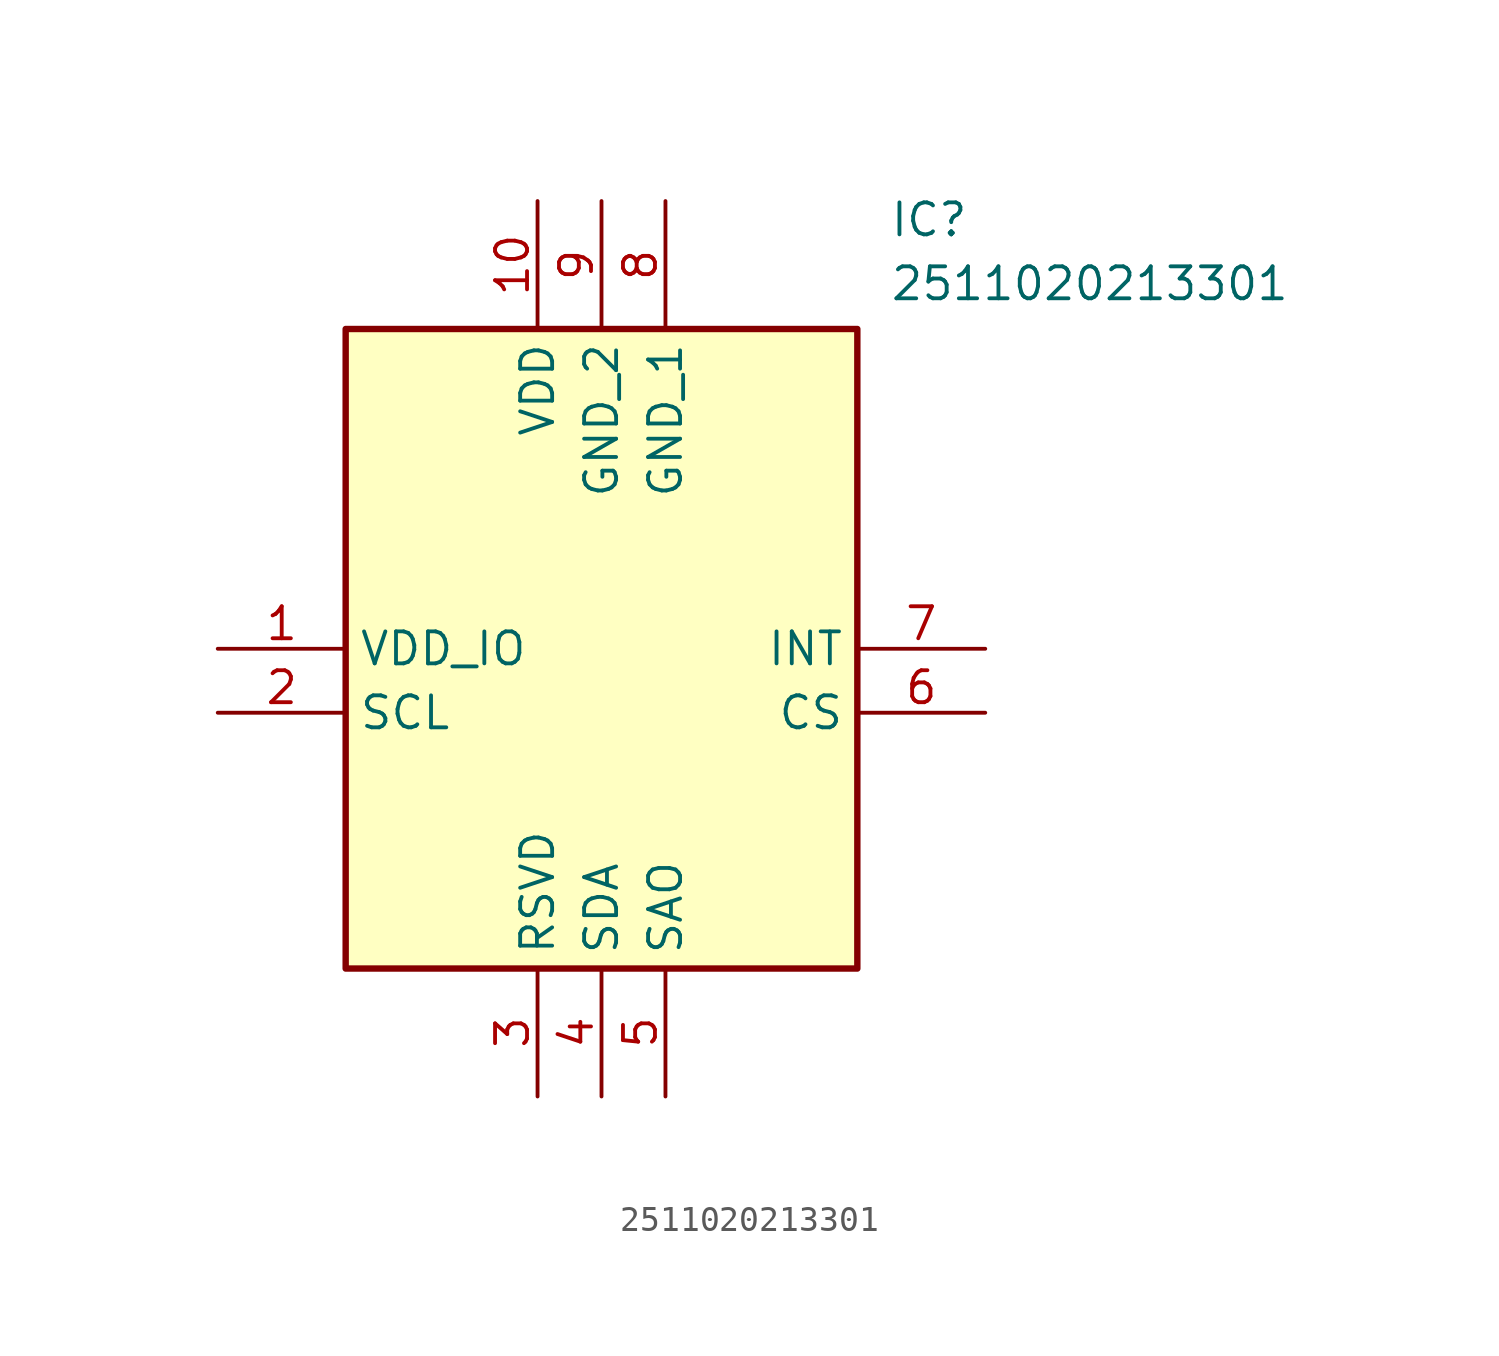
<source format=kicad_sym>
(kicad_symbol_lib
  (version 20211014)
  (generator SamacSys_ECAD_Model)
  (symbol "2511020213301"
    (property "Reference" "IC"
      (at 26.67 17.78 0)
      (effects (font (size 1.27 1.27)) (justify left top)))
    (property "Value" "2511020213301"
      (at 26.67 15.24 0)
      (effects (font (size 1.27 1.27)) (justify left top)))
    (rectangle
      (start 5.08 12.7)
      (end 25.4 -12.7)
      (stroke (width 0.254) (type default))
      (fill (type background)))
    (pin passive line
      (at 0 0 0)
      (length 5.08)
      (name "VDD_IO" (effects (font (size 1.27 1.27))))
      (number "1" (effects (font (size 1.27 1.27)))))
    (pin passive line
      (at 0 -2.54 0)
      (length 5.08)
      (name "SCL" (effects (font (size 1.27 1.27))))
      (number "2" (effects (font (size 1.27 1.27)))))
    (pin passive line
      (at 12.7 -17.78 90)
      (length 5.08)
      (name "RSVD" (effects (font (size 1.27 1.27))))
      (number "3" (effects (font (size 1.27 1.27)))))
    (pin passive line
      (at 15.24 -17.78 90)
      (length 5.08)
      (name "SDA" (effects (font (size 1.27 1.27))))
      (number "4" (effects (font (size 1.27 1.27)))))
    (pin passive line
      (at 17.78 -17.78 90)
      (length 5.08)
      (name "SAO" (effects (font (size 1.27 1.27))))
      (number "5" (effects (font (size 1.27 1.27)))))
    (pin passive line
      (at 30.48 -2.54 180)
      (length 5.08)
      (name "CS" (effects (font (size 1.27 1.27))))
      (number "6" (effects (font (size 1.27 1.27)))))
    (pin passive line
      (at 30.48 0 180)
      (length 5.08)
      (name "INT" (effects (font (size 1.27 1.27))))
      (number "7" (effects (font (size 1.27 1.27)))))
    (pin passive line
      (at 17.78 17.78 270)
      (length 5.08)
      (name "GND_1" (effects (font (size 1.27 1.27))))
      (number "8" (effects (font (size 1.27 1.27)))))
    (pin passive line
      (at 15.24 17.78 270)
      (length 5.08)
      (name "GND_2" (effects (font (size 1.27 1.27))))
      (number "9" (effects (font (size 1.27 1.27)))))
    (pin passive line
      (at 12.7 17.78 270)
      (length 5.08)
      (name "VDD" (effects (font (size 1.27 1.27))))
      (number "10" (effects (font (size 1.27 1.27)))))))
</source>
